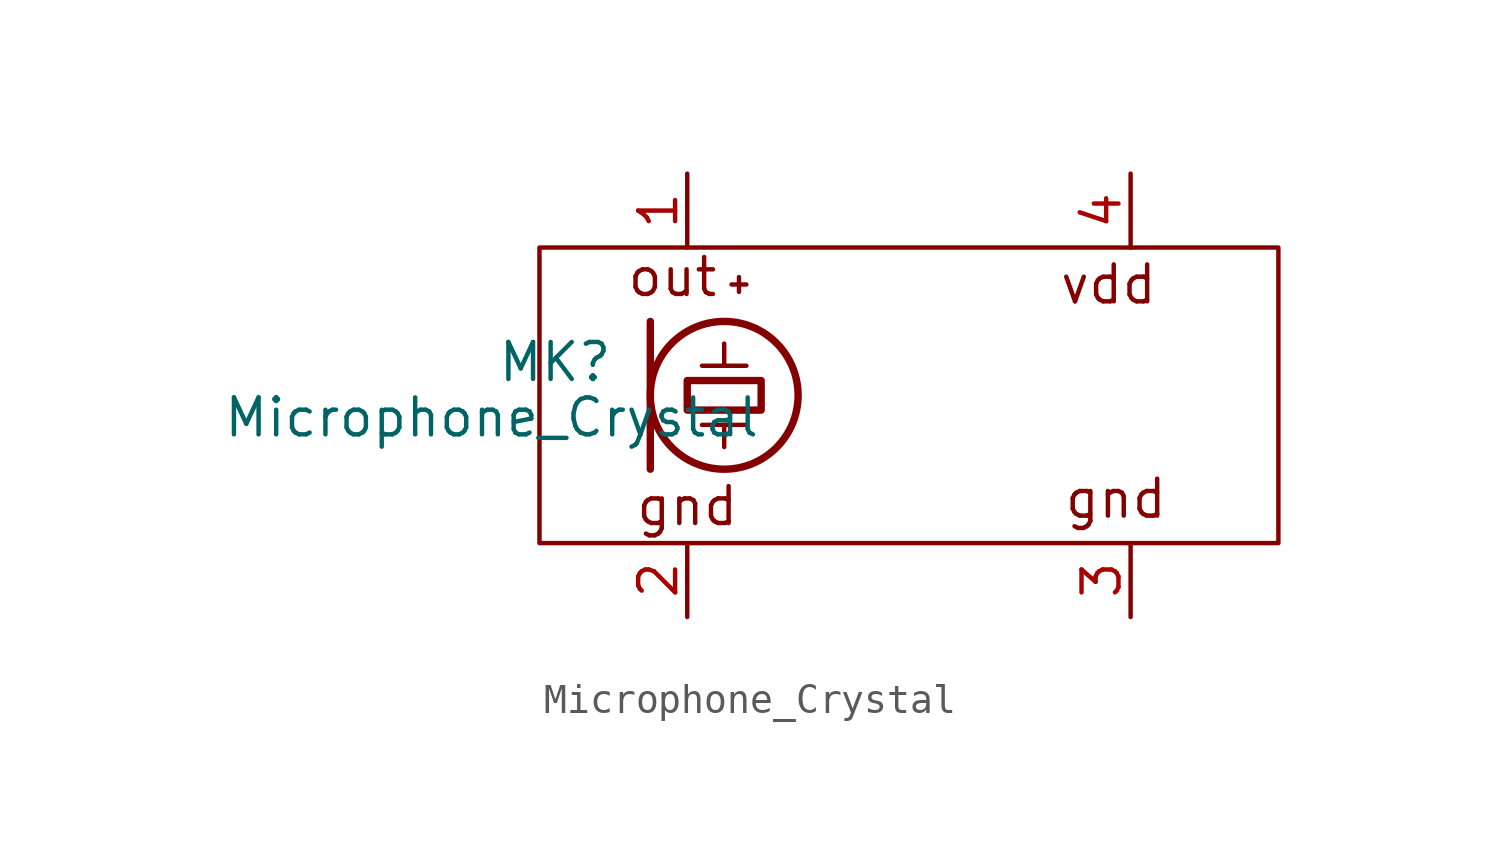
<source format=kicad_sym>
(kicad_symbol_lib
  (version 20231120)
  (generator "kicad_symbol_editor")
  (generator_version "8.0")
  (symbol "Microphone_Crystal"
    (pin_names
      (offset 0.025) hide)
    (property "Reference" "MK"
      (at -8.89 1.143 0)
      (effects (font (size 1.27 1.27)) (justify right)))
    (property "Value" "Microphone_Crystal"
      (at -3.81 -0.762 0)
      (effects (font (size 1.27 1.27)) (justify right)))
    (symbol "Microphone_Crystal_0_1"
      (rectangle (start -11.43 5.08) (end 13.97 -5.08) (stroke (width 0) (type default)) (fill (type none)))
      (rectangle (start -6.35 0.508) (end -3.81 -0.508) (stroke (width 0.254) (type default)) (fill (type none)))
      (circle (center -5.08 0) (radius 2.54) (stroke (width 0.254) (type default)) (fill (type none)))
      (polyline (pts (xy -7.62 2.54) (xy -7.62 -2.54)) (stroke (width 0.254) (type default)) (fill (type none)))
      (polyline (pts (xy -5.842 -1.016) (xy -4.318 -1.016)) (stroke (width 0) (type default)) (fill (type none)))
      (polyline (pts (xy -5.842 1.016) (xy -4.318 1.016)) (stroke (width 0) (type default)) (fill (type none)))
      (polyline (pts (xy -5.08 -1.016) (xy -5.08 -1.778)) (stroke (width 0) (type default)) (fill (type none)))
      (polyline (pts (xy -5.08 1.016) (xy -5.08 1.778)) (stroke (width 0) (type default)) (fill (type none)))
      (polyline (pts (xy -4.826 3.81) (xy -4.318 3.81)) (stroke (width 0) (type default)) (fill (type none)))
      (polyline (pts (xy -4.572 4.064) (xy -4.572 3.556)) (stroke (width 0) (type default)) (fill (type none))))
    (symbol "Microphone_Crystal_1_1"
      (text "gnd" (at -6.35 -3.81 0) (effects (font (size 1.27 1.27))))
      (text "gnd" (at 8.382 -3.556 0) (effects (font (size 1.27 1.27))))
      (text "out" (at -6.858 4.064 0) (effects (font (size 1.27 1.27))))
      (text "vdd" (at 8.128 3.81 0) (effects (font (size 1.27 1.27))))
      (pin output line (at -6.35 7.62 270) (length 2.54) (name "+" (effects (font (size 1.27 1.27)))) (number "1" (effects (font (size 1.27 1.27)))))
      (pin power_in line (at -6.35 -7.62 90) (length 2.54) (name "-" (effects (font (size 1.27 1.27)))) (number "2" (effects (font (size 1.27 1.27)))))
      (pin power_in line (at 8.89 -7.62 90) (length 2.54) (name "-" (effects (font (size 1.27 1.27)))) (number "3" (effects (font (size 1.27 1.27)))))
      (pin power_in line (at 8.89 7.62 270) (length 2.54) (name "-" (effects (font (size 1.27 1.27)))) (number "4" (effects (font (size 1.27 1.27))))))))
</source>
